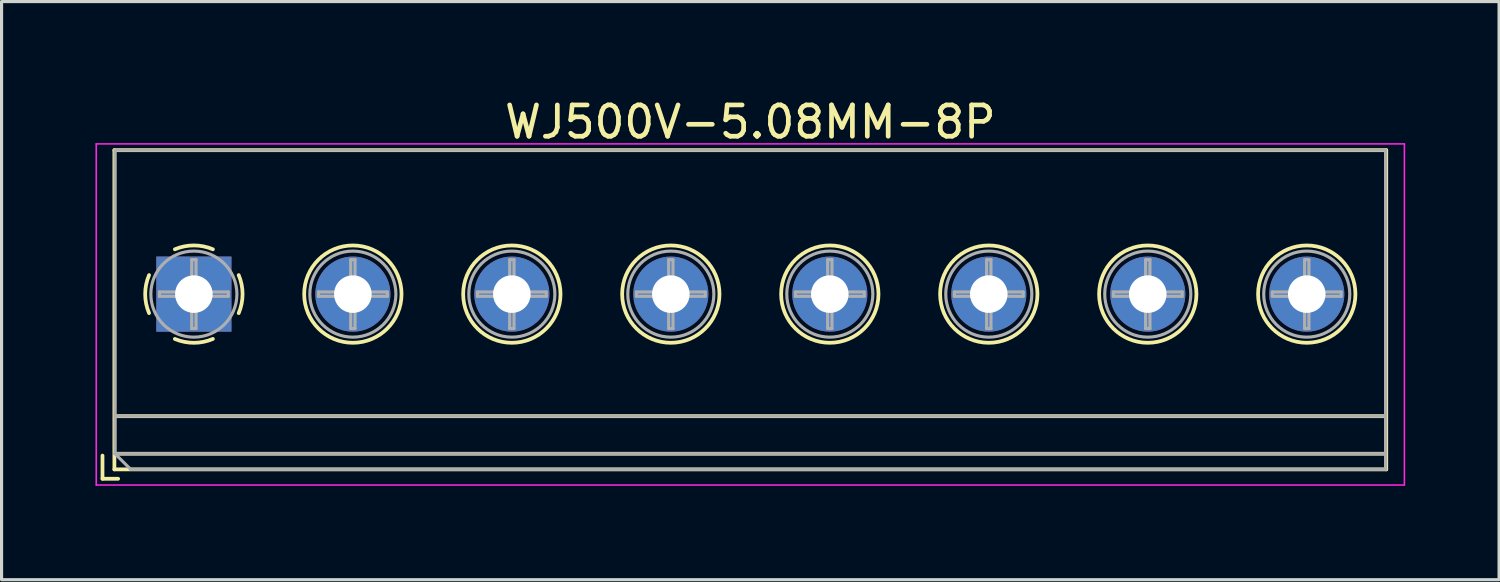
<source format=kicad_pcb>
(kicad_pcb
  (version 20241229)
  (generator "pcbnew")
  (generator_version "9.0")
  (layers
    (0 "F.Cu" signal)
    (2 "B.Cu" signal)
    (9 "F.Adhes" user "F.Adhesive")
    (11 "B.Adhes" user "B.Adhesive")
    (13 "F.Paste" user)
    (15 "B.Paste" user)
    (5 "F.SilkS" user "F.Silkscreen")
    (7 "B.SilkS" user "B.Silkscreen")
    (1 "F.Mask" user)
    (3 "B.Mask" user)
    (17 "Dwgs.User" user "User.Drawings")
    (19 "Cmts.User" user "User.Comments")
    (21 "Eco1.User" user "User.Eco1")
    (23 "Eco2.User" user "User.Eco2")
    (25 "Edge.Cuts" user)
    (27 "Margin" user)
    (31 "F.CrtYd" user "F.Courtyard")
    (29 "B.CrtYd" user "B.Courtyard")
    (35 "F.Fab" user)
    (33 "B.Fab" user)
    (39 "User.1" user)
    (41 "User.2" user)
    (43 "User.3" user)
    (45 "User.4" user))
  (footprint "WJ500V-5.08MM-8P"
    (layer "F.Cu")
    (at 20.925 6.348)
    (property "Reference" "WJ500V-5.08MM-8P" (at 0 -5.5 0) (layer "F.SilkS") (effects (font (size 1 1) (thickness 0.15))))
    (attr through_hole)
    (fp_line (start -20.7 5.16) (end -20.7 5.9) (stroke (width 0.12) (type solid)) (layer "F.SilkS"))
    (fp_line (start -20.7 5.9) (end -20.2 5.9) (stroke (width 0.12) (type solid)) (layer "F.SilkS"))
    (fp_line (start -20.32 -4.6) (end -20.32 5.6) (stroke (width 0.12) (type solid)) (layer "F.SilkS"))
    (fp_line (start -20.32 -4.6) (end 20.32 -4.6) (stroke (width 0.12) (type solid)) (layer "F.SilkS"))
    (fp_line (start -20.32 5.6) (end 20.32 5.6) (stroke (width 0.12) (type solid)) (layer "F.SilkS"))
    (fp_line (start -20.3 3.9) (end 20.3 3.9) (stroke (width 0.12) (type solid)) (layer "F.SilkS"))
    (fp_line (start -20.3 5.1) (end 20.3 5.1) (stroke (width 0.12) (type solid)) (layer "F.SilkS"))
    (fp_line (start 20.32 -4.6) (end 20.32 5.6) (stroke (width 0.12) (type solid)) (layer "F.SilkS"))
    (fp_arc (start -19.212109 0.607742) (mid -19.335727 -0.00014) (end -19.212 -0.608) (stroke (width 0.12) (type solid)) (layer "F.SilkS"))
    (fp_arc (start -18.387742 -1.432109) (mid -17.77986 -1.555727) (end -17.172 -1.432) (stroke (width 0.12) (type solid)) (layer "F.SilkS"))
    (fp_arc (start -17.172258 1.432109) (mid -17.78014 1.555727) (end -18.388 1.432) (stroke (width 0.12) (type solid)) (layer "F.SilkS"))
    (fp_arc (start -16.347891 -0.607742) (mid -16.224273 0.00014) (end -16.348 0.608) (stroke (width 0.12) (type solid)) (layer "F.SilkS"))
    (fp_circle (center -12.7 0) (end -11.145 0) (stroke (width 0.12) (type solid)) (fill no) (layer "F.SilkS"))
    (fp_circle (center -7.62 0) (end -6.065 0) (stroke (width 0.12) (type solid)) (fill no) (layer "F.SilkS"))
    (fp_circle (center -2.54 0) (end -0.985 0) (stroke (width 0.12) (type solid)) (fill no) (layer "F.SilkS"))
    (fp_circle (center 2.54 0) (end 4.095 0) (stroke (width 0.12) (type solid)) (fill no) (layer "F.SilkS"))
    (fp_circle (center 7.62 0) (end 9.175 0) (stroke (width 0.12) (type solid)) (fill no) (layer "F.SilkS"))
    (fp_circle (center 12.7 0) (end 14.255 0) (stroke (width 0.12) (type solid)) (fill no) (layer "F.SilkS"))
    (fp_circle (center 17.78 0) (end 19.335 0) (stroke (width 0.12) (type solid)) (fill no) (layer "F.SilkS"))
    (fp_line (start -20.9 -4.8) (end -20.9 6.1) (stroke (width 0.05) (type solid)) (layer "F.CrtYd"))
    (fp_line (start -20.9 6.1) (end 20.9 6.1) (stroke (width 0.05) (type solid)) (layer "F.CrtYd"))
    (fp_line (start 20.9 -4.8) (end -20.9 -4.8) (stroke (width 0.05) (type solid)) (layer "F.CrtYd"))
    (fp_line (start 20.9 6.1) (end 20.9 -4.8) (stroke (width 0.05) (type solid)) (layer "F.CrtYd"))
    (fp_line (start -20.3 -4.6) (end 20.3 -4.6) (stroke (width 0.1) (type solid)) (layer "F.Fab"))
    (fp_line (start -20.3 3.9) (end 20.3 3.9) (stroke (width 0.1) (type solid)) (layer "F.Fab"))
    (fp_line (start -20.3 5.1) (end -20.3 -4.6) (stroke (width 0.1) (type solid)) (layer "F.Fab"))
    (fp_line (start -20.3 5.1) (end 20.3 5.1) (stroke (width 0.1) (type solid)) (layer "F.Fab"))
    (fp_line (start -19.8 5.6) (end -20.3 5.1) (stroke (width 0.1) (type solid)) (layer "F.Fab"))
    (fp_line (start -18.88 -0.069) (end -17.849 -0.069) (stroke (width 0.1) (type solid)) (layer "F.Fab"))
    (fp_line (start -18.88 0.069) (end -18.88 -0.069) (stroke (width 0.1) (type solid)) (layer "F.Fab"))
    (fp_line (start -17.849 -1.1) (end -17.711 -1.1) (stroke (width 0.1) (type solid)) (layer "F.Fab"))
    (fp_line (start -17.849 -0.069) (end -17.849 -1.1) (stroke (width 0.1) (type solid)) (layer "F.Fab"))
    (fp_line (start -17.849 0.069) (end -18.88 0.069) (stroke (width 0.1) (type solid)) (layer "F.Fab"))
    (fp_line (start -17.849 1.1) (end -17.849 0.069) (stroke (width 0.1) (type solid)) (layer "F.Fab"))
    (fp_line (start -17.711 -1.1) (end -17.711 -0.069) (stroke (width 0.1) (type solid)) (layer "F.Fab"))
    (fp_line (start -17.711 -0.069) (end -16.68 -0.069) (stroke (width 0.1) (type solid)) (layer "F.Fab"))
    (fp_line (start -17.711 0.069) (end -17.711 1.1) (stroke (width 0.1) (type solid)) (layer "F.Fab"))
    (fp_line (start -17.711 1.1) (end -17.849 1.1) (stroke (width 0.1) (type solid)) (layer "F.Fab"))
    (fp_line (start -16.68 -0.069) (end -16.68 0.069) (stroke (width 0.1) (type solid)) (layer "F.Fab"))
    (fp_line (start -16.68 0.069) (end -17.711 0.069) (stroke (width 0.1) (type solid)) (layer "F.Fab"))
    (fp_line (start -13.8 -0.069) (end -12.769 -0.069) (stroke (width 0.1) (type solid)) (layer "F.Fab"))
    (fp_line (start -13.8 0.069) (end -13.8 -0.069) (stroke (width 0.1) (type solid)) (layer "F.Fab"))
    (fp_line (start -12.769 -1.1) (end -12.631 -1.1) (stroke (width 0.1) (type solid)) (layer "F.Fab"))
    (fp_line (start -12.769 -0.069) (end -12.769 -1.1) (stroke (width 0.1) (type solid)) (layer "F.Fab"))
    (fp_line (start -12.769 0.069) (end -13.8 0.069) (stroke (width 0.1) (type solid)) (layer "F.Fab"))
    (fp_line (start -12.769 1.1) (end -12.769 0.069) (stroke (width 0.1) (type solid)) (layer "F.Fab"))
    (fp_line (start -12.631 -1.1) (end -12.631 -0.069) (stroke (width 0.1) (type solid)) (layer "F.Fab"))
    (fp_line (start -12.631 -0.069) (end -11.6 -0.069) (stroke (width 0.1) (type solid)) (layer "F.Fab"))
    (fp_line (start -12.631 0.069) (end -12.631 1.1) (stroke (width 0.1) (type solid)) (layer "F.Fab"))
    (fp_line (start -12.631 1.1) (end -12.769 1.1) (stroke (width 0.1) (type solid)) (layer "F.Fab"))
    (fp_line (start -11.6 -0.069) (end -11.6 0.069) (stroke (width 0.1) (type solid)) (layer "F.Fab"))
    (fp_line (start -11.6 0.069) (end -12.631 0.069) (stroke (width 0.1) (type solid)) (layer "F.Fab"))
    (fp_line (start -8.72 -0.069) (end -7.689 -0.069) (stroke (width 0.1) (type solid)) (layer "F.Fab"))
    (fp_line (start -8.72 0.069) (end -8.72 -0.069) (stroke (width 0.1) (type solid)) (layer "F.Fab"))
    (fp_line (start -7.689 -1.1) (end -7.551 -1.1) (stroke (width 0.1) (type solid)) (layer "F.Fab"))
    (fp_line (start -7.689 -0.069) (end -7.689 -1.1) (stroke (width 0.1) (type solid)) (layer "F.Fab"))
    (fp_line (start -7.689 0.069) (end -8.72 0.069) (stroke (width 0.1) (type solid)) (layer "F.Fab"))
    (fp_line (start -7.689 1.1) (end -7.689 0.069) (stroke (width 0.1) (type solid)) (layer "F.Fab"))
    (fp_line (start -7.551 -1.1) (end -7.551 -0.069) (stroke (width 0.1) (type solid)) (layer "F.Fab"))
    (fp_line (start -7.551 -0.069) (end -6.52 -0.069) (stroke (width 0.1) (type solid)) (layer "F.Fab"))
    (fp_line (start -7.551 0.069) (end -7.551 1.1) (stroke (width 0.1) (type solid)) (layer "F.Fab"))
    (fp_line (start -7.551 1.1) (end -7.689 1.1) (stroke (width 0.1) (type solid)) (layer "F.Fab"))
    (fp_line (start -6.52 -0.069) (end -6.52 0.069) (stroke (width 0.1) (type solid)) (layer "F.Fab"))
    (fp_line (start -6.52 0.069) (end -7.551 0.069) (stroke (width 0.1) (type solid)) (layer "F.Fab"))
    (fp_line (start -3.64 -0.069) (end -2.609 -0.069) (stroke (width 0.1) (type solid)) (layer "F.Fab"))
    (fp_line (start -3.64 0.069) (end -3.64 -0.069) (stroke (width 0.1) (type solid)) (layer "F.Fab"))
    (fp_line (start -2.609 -1.1) (end -2.471 -1.1) (stroke (width 0.1) (type solid)) (layer "F.Fab"))
    (fp_line (start -2.609 -0.069) (end -2.609 -1.1) (stroke (width 0.1) (type solid)) (layer "F.Fab"))
    (fp_line (start -2.609 0.069) (end -3.64 0.069) (stroke (width 0.1) (type solid)) (layer "F.Fab"))
    (fp_line (start -2.609 1.1) (end -2.609 0.069) (stroke (width 0.1) (type solid)) (layer "F.Fab"))
    (fp_line (start -2.471 -1.1) (end -2.471 -0.069) (stroke (width 0.1) (type solid)) (layer "F.Fab"))
    (fp_line (start -2.471 -0.069) (end -1.44 -0.069) (stroke (width 0.1) (type solid)) (layer "F.Fab"))
    (fp_line (start -2.471 0.069) (end -2.471 1.1) (stroke (width 0.1) (type solid)) (layer "F.Fab"))
    (fp_line (start -2.471 1.1) (end -2.609 1.1) (stroke (width 0.1) (type solid)) (layer "F.Fab"))
    (fp_line (start -1.44 -0.069) (end -1.44 0.069) (stroke (width 0.1) (type solid)) (layer "F.Fab"))
    (fp_line (start -1.44 0.069) (end -2.471 0.069) (stroke (width 0.1) (type solid)) (layer "F.Fab"))
    (fp_line (start 1.44 -0.069) (end 2.471 -0.069) (stroke (width 0.1) (type solid)) (layer "F.Fab"))
    (fp_line (start 1.44 0.069) (end 1.44 -0.069) (stroke (width 0.1) (type solid)) (layer "F.Fab"))
    (fp_line (start 2.471 -1.1) (end 2.609 -1.1) (stroke (width 0.1) (type solid)) (layer "F.Fab"))
    (fp_line (start 2.471 -0.069) (end 2.471 -1.1) (stroke (width 0.1) (type solid)) (layer "F.Fab"))
    (fp_line (start 2.471 0.069) (end 1.44 0.069) (stroke (width 0.1) (type solid)) (layer "F.Fab"))
    (fp_line (start 2.471 1.1) (end 2.471 0.069) (stroke (width 0.1) (type solid)) (layer "F.Fab"))
    (fp_line (start 2.609 -1.1) (end 2.609 -0.069) (stroke (width 0.1) (type solid)) (layer "F.Fab"))
    (fp_line (start 2.609 -0.069) (end 3.64 -0.069) (stroke (width 0.1) (type solid)) (layer "F.Fab"))
    (fp_line (start 2.609 0.069) (end 2.609 1.1) (stroke (width 0.1) (type solid)) (layer "F.Fab"))
    (fp_line (start 2.609 1.1) (end 2.471 1.1) (stroke (width 0.1) (type solid)) (layer "F.Fab"))
    (fp_line (start 3.64 -0.069) (end 3.64 0.069) (stroke (width 0.1) (type solid)) (layer "F.Fab"))
    (fp_line (start 3.64 0.069) (end 2.609 0.069) (stroke (width 0.1) (type solid)) (layer "F.Fab"))
    (fp_line (start 6.52 -0.069) (end 7.551 -0.069) (stroke (width 0.1) (type solid)) (layer "F.Fab"))
    (fp_line (start 6.52 0.069) (end 6.52 -0.069) (stroke (width 0.1) (type solid)) (layer "F.Fab"))
    (fp_line (start 7.551 -1.1) (end 7.689 -1.1) (stroke (width 0.1) (type solid)) (layer "F.Fab"))
    (fp_line (start 7.551 -0.069) (end 7.551 -1.1) (stroke (width 0.1) (type solid)) (layer "F.Fab"))
    (fp_line (start 7.551 0.069) (end 6.52 0.069) (stroke (width 0.1) (type solid)) (layer "F.Fab"))
    (fp_line (start 7.551 1.1) (end 7.551 0.069) (stroke (width 0.1) (type solid)) (layer "F.Fab"))
    (fp_line (start 7.689 -1.1) (end 7.689 -0.069) (stroke (width 0.1) (type solid)) (layer "F.Fab"))
    (fp_line (start 7.689 -0.069) (end 8.72 -0.069) (stroke (width 0.1) (type solid)) (layer "F.Fab"))
    (fp_line (start 7.689 0.069) (end 7.689 1.1) (stroke (width 0.1) (type solid)) (layer "F.Fab"))
    (fp_line (start 7.689 1.1) (end 7.551 1.1) (stroke (width 0.1) (type solid)) (layer "F.Fab"))
    (fp_line (start 8.72 -0.069) (end 8.72 0.069) (stroke (width 0.1) (type solid)) (layer "F.Fab"))
    (fp_line (start 8.72 0.069) (end 7.689 0.069) (stroke (width 0.1) (type solid)) (layer "F.Fab"))
    (fp_line (start 11.6 -0.069) (end 12.631 -0.069) (stroke (width 0.1) (type solid)) (layer "F.Fab"))
    (fp_line (start 11.6 0.069) (end 11.6 -0.069) (stroke (width 0.1) (type solid)) (layer "F.Fab"))
    (fp_line (start 12.631 -1.1) (end 12.769 -1.1) (stroke (width 0.1) (type solid)) (layer "F.Fab"))
    (fp_line (start 12.631 -0.069) (end 12.631 -1.1) (stroke (width 0.1) (type solid)) (layer "F.Fab"))
    (fp_line (start 12.631 0.069) (end 11.6 0.069) (stroke (width 0.1) (type solid)) (layer "F.Fab"))
    (fp_line (start 12.631 1.1) (end 12.631 0.069) (stroke (width 0.1) (type solid)) (layer "F.Fab"))
    (fp_line (start 12.769 -1.1) (end 12.769 -0.069) (stroke (width 0.1) (type solid)) (layer "F.Fab"))
    (fp_line (start 12.769 -0.069) (end 13.8 -0.069) (stroke (width 0.1) (type solid)) (layer "F.Fab"))
    (fp_line (start 12.769 0.069) (end 12.769 1.1) (stroke (width 0.1) (type solid)) (layer "F.Fab"))
    (fp_line (start 12.769 1.1) (end 12.631 1.1) (stroke (width 0.1) (type solid)) (layer "F.Fab"))
    (fp_line (start 13.8 -0.069) (end 13.8 0.069) (stroke (width 0.1) (type solid)) (layer "F.Fab"))
    (fp_line (start 13.8 0.069) (end 12.769 0.069) (stroke (width 0.1) (type solid)) (layer "F.Fab"))
    (fp_line (start 16.68 -0.069) (end 17.711 -0.069) (stroke (width 0.1) (type solid)) (layer "F.Fab"))
    (fp_line (start 16.68 0.069) (end 16.68 -0.069) (stroke (width 0.1) (type solid)) (layer "F.Fab"))
    (fp_line (start 17.711 -1.1) (end 17.849 -1.1) (stroke (width 0.1) (type solid)) (layer "F.Fab"))
    (fp_line (start 17.711 -0.069) (end 17.711 -1.1) (stroke (width 0.1) (type solid)) (layer "F.Fab"))
    (fp_line (start 17.711 0.069) (end 16.68 0.069) (stroke (width 0.1) (type solid)) (layer "F.Fab"))
    (fp_line (start 17.711 1.1) (end 17.711 0.069) (stroke (width 0.1) (type solid)) (layer "F.Fab"))
    (fp_line (start 17.849 -1.1) (end 17.849 -0.069) (stroke (width 0.1) (type solid)) (layer "F.Fab"))
    (fp_line (start 17.849 -0.069) (end 18.88 -0.069) (stroke (width 0.1) (type solid)) (layer "F.Fab"))
    (fp_line (start 17.849 0.069) (end 17.849 1.1) (stroke (width 0.1) (type solid)) (layer "F.Fab"))
    (fp_line (start 17.849 1.1) (end 17.711 1.1) (stroke (width 0.1) (type solid)) (layer "F.Fab"))
    (fp_line (start 18.88 -0.069) (end 18.88 0.069) (stroke (width 0.1) (type solid)) (layer "F.Fab"))
    (fp_line (start 18.88 0.069) (end 17.849 0.069) (stroke (width 0.1) (type solid)) (layer "F.Fab"))
    (fp_line (start 20.3 -4.6) (end 20.3 5.6) (stroke (width 0.1) (type solid)) (layer "F.Fab"))
    (fp_line (start 20.3 5.6) (end -19.8 5.6) (stroke (width 0.1) (type solid)) (layer "F.Fab"))
    (fp_circle (center -17.78 0) (end -16.405 0) (stroke (width 0.1) (type solid)) (fill no) (layer "F.Fab"))
    (fp_circle (center -12.7 0) (end -11.325 0) (stroke (width 0.1) (type solid)) (fill no) (layer "F.Fab"))
    (fp_circle (center -7.62 0) (end -6.245 0) (stroke (width 0.1) (type solid)) (fill no) (layer "F.Fab"))
    (fp_circle (center -2.54 0) (end -1.165 0) (stroke (width 0.1) (type solid)) (fill no) (layer "F.Fab"))
    (fp_circle (center 2.54 0) (end 3.915 0) (stroke (width 0.1) (type solid)) (fill no) (layer "F.Fab"))
    (fp_circle (center 7.62 0) (end 8.995 0) (stroke (width 0.1) (type solid)) (fill no) (layer "F.Fab"))
    (fp_circle (center 12.7 0) (end 14.075 0) (stroke (width 0.1) (type solid)) (fill no) (layer "F.Fab"))
    (fp_circle (center 17.78 0) (end 19.155 0) (stroke (width 0.1) (type solid)) (fill no) (layer "F.Fab"))
    (pad "1" thru_hole rect (at -17.78 0) (size 2.4 2.4) (drill 1.2) (layers "*.Cu" "*.Mask"))
    (pad "2" thru_hole circle (at -12.7 0) (size 2.4 2.4) (drill 1.2) (layers "*.Cu" "*.Mask"))
    (pad "3" thru_hole circle (at -7.62 0) (size 2.4 2.4) (drill 1.2) (layers "*.Cu" "*.Mask"))
    (pad "4" thru_hole circle (at -2.54 0) (size 2.4 2.4) (drill 1.2) (layers "*.Cu" "*.Mask"))
    (pad "5" thru_hole circle (at 2.54 0) (size 2.4 2.4) (drill 1.2) (layers "*.Cu" "*.Mask"))
    (pad "6" thru_hole circle (at 7.62 0) (size 2.4 2.4) (drill 1.2) (layers "*.Cu" "*.Mask"))
    (pad "7" thru_hole circle (at 12.7 0) (size 2.4 2.4) (drill 1.2) (layers "*.Cu" "*.Mask"))
    (pad "8" thru_hole circle (at 17.78 0) (size 2.4 2.4) (drill 1.2) (layers "*.Cu" "*.Mask")))
  (gr_rect
    (start -3 -3)
    (end 44.85 15.473)
    (stroke (width 0.1) (type default))
    (fill no)
    (layer "Edge.Cuts")))
</source>
